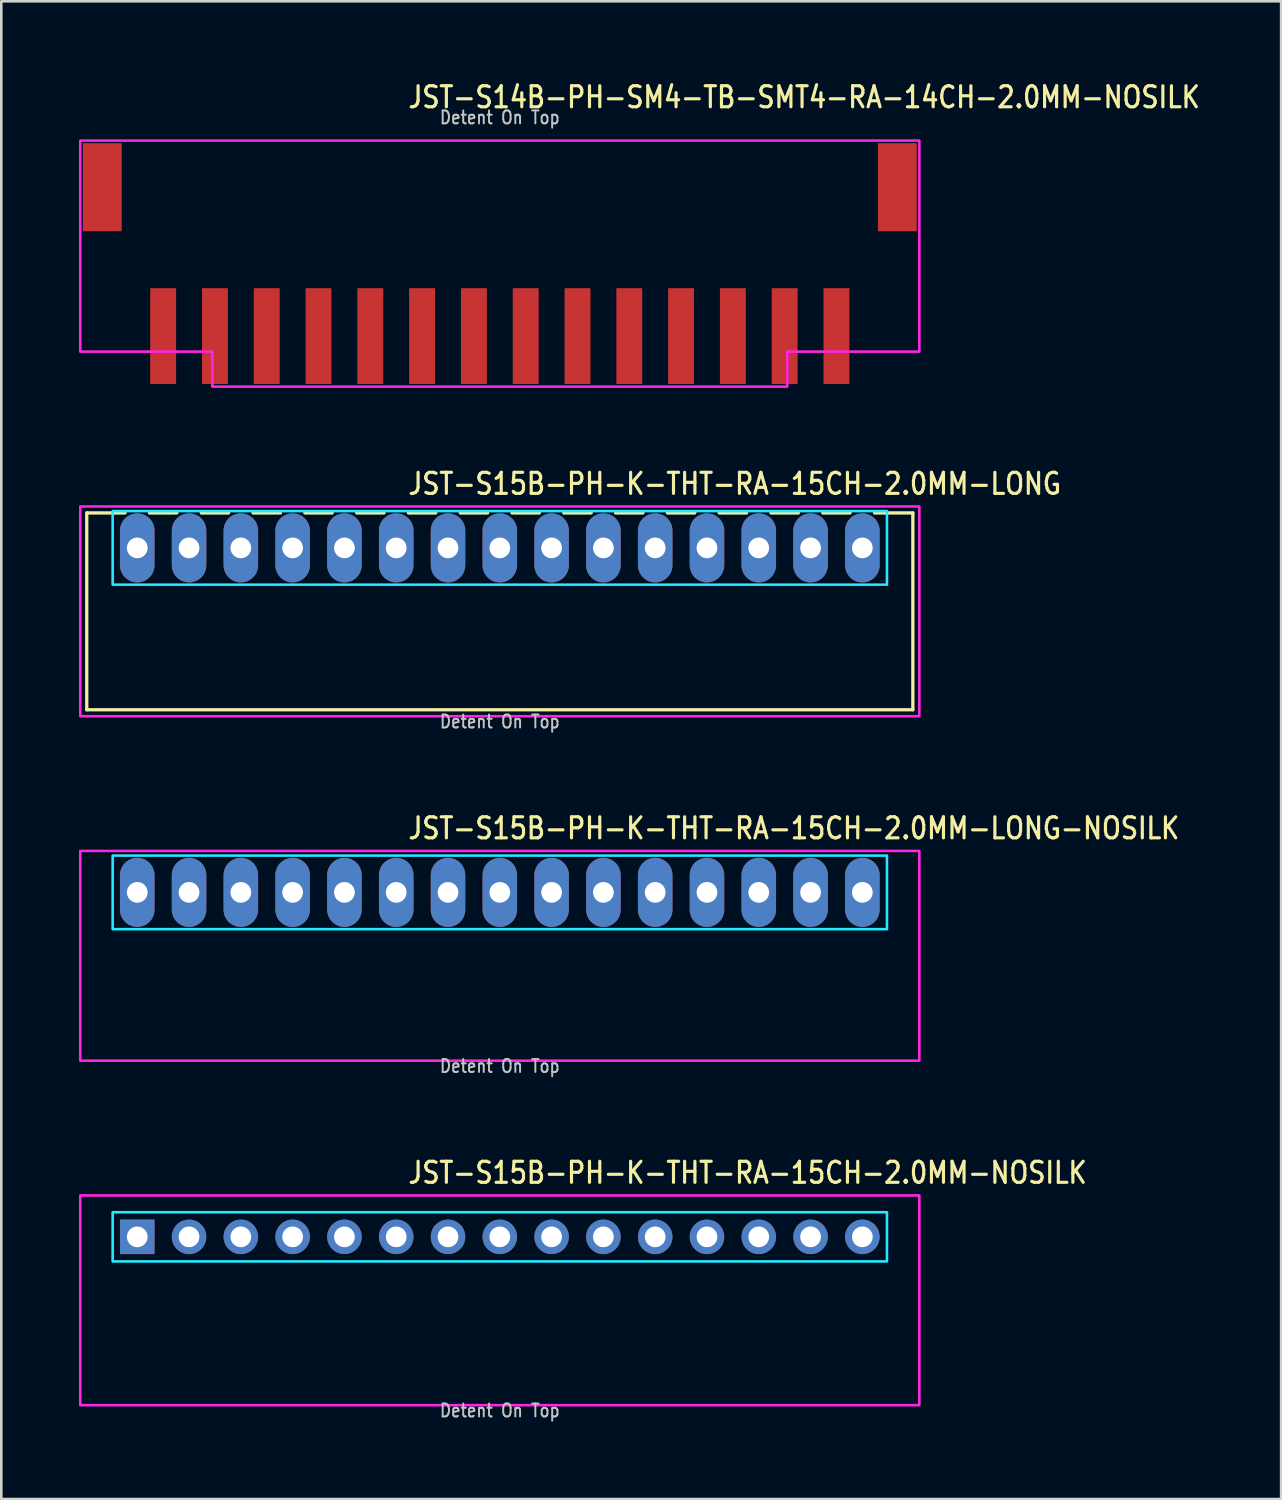
<source format=kicad_pcb>
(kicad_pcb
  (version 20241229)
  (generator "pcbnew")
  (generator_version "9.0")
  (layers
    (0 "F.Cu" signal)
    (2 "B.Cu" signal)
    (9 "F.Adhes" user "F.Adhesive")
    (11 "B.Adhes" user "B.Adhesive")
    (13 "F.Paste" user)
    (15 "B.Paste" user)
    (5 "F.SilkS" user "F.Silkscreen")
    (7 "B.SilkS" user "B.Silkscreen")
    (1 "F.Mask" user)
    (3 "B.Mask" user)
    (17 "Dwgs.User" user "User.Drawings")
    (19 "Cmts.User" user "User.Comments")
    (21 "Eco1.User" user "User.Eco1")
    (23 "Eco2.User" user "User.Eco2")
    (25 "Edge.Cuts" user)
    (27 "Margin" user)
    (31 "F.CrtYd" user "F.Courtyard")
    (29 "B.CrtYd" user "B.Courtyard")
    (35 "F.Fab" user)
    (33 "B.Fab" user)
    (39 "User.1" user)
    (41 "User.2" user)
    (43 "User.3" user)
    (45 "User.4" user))
  (footprint "JST-S15B-PH-K-THT-RA-15CH-2.0MM-NOSILK"
    (layer "F.Cu")
    (at 16.25 44.711)
    (property "Reference" "JST-S15B-PH-K-THT-RA-15CH-2.0MM-NOSILK" (at -3.6 -2 0) (unlocked yes) (layer "F.SilkS") (effects (font (size 0.813 0.695) (thickness 0.122)) (justify left bottom)))
    (fp_poly (pts (xy -14.95 -0.95) (xy -14.95 0.95) (xy 14.95 0.95) (xy 14.95 -0.95)) (stroke (width 0.1) (type solid)) (fill no) (layer "B.CrtYd"))
    (fp_poly (pts (xy -16.2 -1.6) (xy -16.2 6.5) (xy 16.2 6.5) (xy 16.2 -1.6)) (stroke (width 0.1) (type solid)) (fill no) (layer "F.CrtYd"))
    (fp_text user "Detent On Top" (at 0 7 0) (unlocked yes) (layer "Dwgs.User") (effects (font (size 0.5 0.427) (thickness 0.075)) (justify bottom)))
    (pad "1" thru_hole rect (at -14 0) (size 1.333 1.333) (drill 0.8) (layers "*.Cu" "*.Mask"))
    (pad "2" thru_hole oval (at -12 0) (size 1.333 1.333) (drill 0.8) (layers "*.Cu" "*.Mask"))
    (pad "3" thru_hole oval (at -10 0) (size 1.333 1.333) (drill 0.8) (layers "*.Cu" "*.Mask"))
    (pad "4" thru_hole oval (at -8 0) (size 1.333 1.333) (drill 0.8) (layers "*.Cu" "*.Mask"))
    (pad "5" thru_hole oval (at -6 0) (size 1.333 1.333) (drill 0.8) (layers "*.Cu" "*.Mask"))
    (pad "6" thru_hole oval (at -4 0) (size 1.333 1.333) (drill 0.8) (layers "*.Cu" "*.Mask"))
    (pad "7" thru_hole oval (at -2 0) (size 1.333 1.333) (drill 0.8) (layers "*.Cu" "*.Mask"))
    (pad "8" thru_hole oval (at 0 0) (size 1.333 1.333) (drill 0.8) (layers "*.Cu" "*.Mask"))
    (pad "9" thru_hole oval (at 2 0) (size 1.333 1.333) (drill 0.8) (layers "*.Cu" "*.Mask"))
    (pad "10" thru_hole oval (at 4 0) (size 1.333 1.333) (drill 0.8) (layers "*.Cu" "*.Mask"))
    (pad "11" thru_hole oval (at 6 0) (size 1.333 1.333) (drill 0.8) (layers "*.Cu" "*.Mask"))
    (pad "12" thru_hole oval (at 8 0) (size 1.333 1.333) (drill 0.8) (layers "*.Cu" "*.Mask"))
    (pad "13" thru_hole oval (at 10 0) (size 1.333 1.333) (drill 0.8) (layers "*.Cu" "*.Mask"))
    (pad "14" thru_hole oval (at 12 0) (size 1.333 1.333) (drill 0.8) (layers "*.Cu" "*.Mask"))
    (pad "15" thru_hole oval (at 14 0) (size 1.333 1.333) (drill 0.8) (layers "*.Cu" "*.Mask")))
  (footprint "JST-S15B-PH-K-THT-RA-15CH-2.0MM-LONG"
    (layer "F.Cu")
    (at 16.25 18.107)
    (property "Reference" "JST-S15B-PH-K-THT-RA-15CH-2.0MM-LONG" (at -3.6 -2 0) (unlocked yes) (layer "F.SilkS") (effects (font (size 0.813 0.695) (thickness 0.122)) (justify left bottom)))
    (fp_line (start -15.95 -1.35) (end -14.471 -1.35) (stroke (width 0.127) (type solid)) (layer "F.SilkS"))
    (fp_line (start -15.95 6.25) (end -15.95 -1.35) (stroke (width 0.127) (type solid)) (layer "F.SilkS"))
    (fp_line (start -15.95 6.25) (end 15.95 6.25) (stroke (width 0.127) (type solid)) (layer "F.SilkS"))
    (fp_line (start -13.529 -1.35) (end -12.471 -1.35) (stroke (width 0.127) (type solid)) (layer "F.SilkS"))
    (fp_line (start -11.529 -1.35) (end -10.471 -1.35) (stroke (width 0.127) (type solid)) (layer "F.SilkS"))
    (fp_line (start -9.529 -1.35) (end -8.471 -1.35) (stroke (width 0.127) (type solid)) (layer "F.SilkS"))
    (fp_line (start -7.529 -1.35) (end -6.471 -1.35) (stroke (width 0.127) (type solid)) (layer "F.SilkS"))
    (fp_line (start -5.529 -1.35) (end -4.471 -1.35) (stroke (width 0.127) (type solid)) (layer "F.SilkS"))
    (fp_line (start -3.529 -1.35) (end -2.471 -1.35) (stroke (width 0.127) (type solid)) (layer "F.SilkS"))
    (fp_line (start -1.529 -1.35) (end -0.471 -1.35) (stroke (width 0.127) (type solid)) (layer "F.SilkS"))
    (fp_line (start 0.471 -1.35) (end 1.529 -1.35) (stroke (width 0.127) (type solid)) (layer "F.SilkS"))
    (fp_line (start 2.471 -1.35) (end 3.529 -1.35) (stroke (width 0.127) (type solid)) (layer "F.SilkS"))
    (fp_line (start 4.471 -1.35) (end 5.529 -1.35) (stroke (width 0.127) (type solid)) (layer "F.SilkS"))
    (fp_line (start 6.471 -1.35) (end 7.529 -1.35) (stroke (width 0.127) (type solid)) (layer "F.SilkS"))
    (fp_line (start 8.471 -1.35) (end 9.529 -1.35) (stroke (width 0.127) (type solid)) (layer "F.SilkS"))
    (fp_line (start 10.471 -1.35) (end 11.529 -1.35) (stroke (width 0.127) (type solid)) (layer "F.SilkS"))
    (fp_line (start 12.471 -1.35) (end 13.529 -1.35) (stroke (width 0.127) (type solid)) (layer "F.SilkS"))
    (fp_line (start 14.471 -1.35) (end 15.95 -1.35) (stroke (width 0.127) (type solid)) (layer "F.SilkS"))
    (fp_line (start 15.95 -1.35) (end 15.95 6.25) (stroke (width 0.127) (type solid)) (layer "F.SilkS"))
    (fp_poly (pts (xy -14.95 -1.42) (xy -14.95 1.42) (xy 14.95 1.42) (xy 14.95 -1.42)) (stroke (width 0.1) (type solid)) (fill no) (layer "B.CrtYd"))
    (fp_poly (pts (xy -16.2 -1.6) (xy -16.2 6.5) (xy 16.2 6.5) (xy 16.2 -1.6)) (stroke (width 0.1) (type solid)) (fill no) (layer "F.CrtYd"))
    (fp_text user "Detent On Top" (at 0 7 0) (unlocked yes) (layer "Dwgs.User") (effects (font (size 0.5 0.427) (thickness 0.075)) (justify bottom)))
    (pad "1" thru_hole oval (at -14 0 90) (size 2.667 1.333) (drill 0.8) (layers "*.Cu" "*.Mask"))
    (pad "2" thru_hole oval (at -12 0 90) (size 2.667 1.333) (drill 0.8) (layers "*.Cu" "*.Mask"))
    (pad "3" thru_hole oval (at -10 0 90) (size 2.667 1.333) (drill 0.8) (layers "*.Cu" "*.Mask"))
    (pad "4" thru_hole oval (at -8 0 90) (size 2.667 1.333) (drill 0.8) (layers "*.Cu" "*.Mask"))
    (pad "5" thru_hole oval (at -6 0 90) (size 2.667 1.333) (drill 0.8) (layers "*.Cu" "*.Mask"))
    (pad "6" thru_hole oval (at -4 0 90) (size 2.667 1.333) (drill 0.8) (layers "*.Cu" "*.Mask"))
    (pad "7" thru_hole oval (at -2 0 90) (size 2.667 1.333) (drill 0.8) (layers "*.Cu" "*.Mask"))
    (pad "8" thru_hole oval (at 0 0 90) (size 2.667 1.333) (drill 0.8) (layers "*.Cu" "*.Mask"))
    (pad "9" thru_hole oval (at 2 0 90) (size 2.667 1.333) (drill 0.8) (layers "*.Cu" "*.Mask"))
    (pad "10" thru_hole oval (at 4 0 90) (size 2.667 1.333) (drill 0.8) (layers "*.Cu" "*.Mask"))
    (pad "11" thru_hole oval (at 6 0 90) (size 2.667 1.333) (drill 0.8) (layers "*.Cu" "*.Mask"))
    (pad "12" thru_hole oval (at 8 0 90) (size 2.667 1.333) (drill 0.8) (layers "*.Cu" "*.Mask"))
    (pad "13" thru_hole oval (at 10 0 90) (size 2.667 1.333) (drill 0.8) (layers "*.Cu" "*.Mask"))
    (pad "14" thru_hole oval (at 12 0 90) (size 2.667 1.333) (drill 0.8) (layers "*.Cu" "*.Mask"))
    (pad "15" thru_hole oval (at 14 0 90) (size 2.667 1.333) (drill 0.8) (layers "*.Cu" "*.Mask")))
  (footprint "JST-S14B-PH-SM4-TB-SMT4-RA-14CH-2.0MM-NOSILK"
    (layer "F.Cu")
    (at 16.25 4.179)
    (property "Reference" "JST-S14B-PH-SM4-TB-SMT4-RA-14CH-2.0MM-NOSILK" (at -3.6 -3 0) (unlocked yes) (layer "F.SilkS") (effects (font (size 0.813 0.695) (thickness 0.122)) (justify left bottom)))
    (fp_poly (pts (xy -16.2 -1.8) (xy -16.2 6.35) (xy -11.1 6.35) (xy -11.1 7.7) (xy 11.1 7.7) (xy 11.1 6.35) (xy 16.2 6.35) (xy 16.2 -1.8)) (stroke (width 0.1) (type solid)) (fill no) (layer "F.CrtYd"))
    (fp_text user "Detent On Top" (at 0 -2.4 0) (unlocked yes) (layer "Dwgs.User") (effects (font (size 0.5 0.427) (thickness 0.075)) (justify bottom)))
    (pad "1" smd rect (at 13 5.75) (size 1 3.7) (layers "F.Cu" "F.Mask" "F.Paste"))
    (pad "2" smd rect (at 11 5.75) (size 1 3.7) (layers "F.Cu" "F.Mask" "F.Paste"))
    (pad "3" smd rect (at 9 5.75) (size 1 3.7) (layers "F.Cu" "F.Mask" "F.Paste"))
    (pad "4" smd rect (at 7 5.75) (size 1 3.7) (layers "F.Cu" "F.Mask" "F.Paste"))
    (pad "5" smd rect (at 5 5.75) (size 1 3.7) (layers "F.Cu" "F.Mask" "F.Paste"))
    (pad "6" smd rect (at 3 5.75) (size 1 3.7) (layers "F.Cu" "F.Mask" "F.Paste"))
    (pad "7" smd rect (at 1 5.75) (size 1 3.7) (layers "F.Cu" "F.Mask" "F.Paste"))
    (pad "8" smd rect (at -1 5.75) (size 1 3.7) (layers "F.Cu" "F.Mask" "F.Paste"))
    (pad "9" smd rect (at -3 5.75) (size 1 3.7) (layers "F.Cu" "F.Mask" "F.Paste"))
    (pad "10" smd rect (at -5 5.75) (size 1 3.7) (layers "F.Cu" "F.Mask" "F.Paste"))
    (pad "11" smd rect (at -7 5.75) (size 1 3.7) (layers "F.Cu" "F.Mask" "F.Paste"))
    (pad "12" smd rect (at -9 5.75) (size 1 3.7) (layers "F.Cu" "F.Mask" "F.Paste"))
    (pad "13" smd rect (at -11 5.75) (size 1 3.7) (layers "F.Cu" "F.Mask" "F.Paste"))
    (pad "14" smd rect (at -13 5.75) (size 1 3.7) (layers "F.Cu" "F.Mask" "F.Paste"))
    (pad "S_1" smd rect (at -15.35 0) (size 1.5 3.4) (layers "F.Cu" "F.Mask" "F.Paste"))
    (pad "S_2" smd rect (at 15.35 0) (size 1.5 3.4) (layers "F.Cu" "F.Mask" "F.Paste")))
  (footprint "JST-S15B-PH-K-THT-RA-15CH-2.0MM-LONG-NOSILK"
    (layer "F.Cu")
    (at 16.25 31.409)
    (property "Reference" "JST-S15B-PH-K-THT-RA-15CH-2.0MM-LONG-NOSILK" (at -3.6 -2 0) (unlocked yes) (layer "F.SilkS") (effects (font (size 0.813 0.695) (thickness 0.122)) (justify left bottom)))
    (fp_poly (pts (xy -14.95 -1.42) (xy -14.95 1.42) (xy 14.95 1.42) (xy 14.95 -1.42)) (stroke (width 0.1) (type solid)) (fill no) (layer "B.CrtYd"))
    (fp_poly (pts (xy -16.2 -1.6) (xy -16.2 6.5) (xy 16.2 6.5) (xy 16.2 -1.6)) (stroke (width 0.1) (type solid)) (fill no) (layer "F.CrtYd"))
    (fp_text user "Detent On Top" (at 0 7 0) (unlocked yes) (layer "Dwgs.User") (effects (font (size 0.5 0.427) (thickness 0.075)) (justify bottom)))
    (pad "1" thru_hole oval (at -14 0 90) (size 2.667 1.333) (drill 0.8) (layers "*.Cu" "*.Mask"))
    (pad "2" thru_hole oval (at -12 0 90) (size 2.667 1.333) (drill 0.8) (layers "*.Cu" "*.Mask"))
    (pad "3" thru_hole oval (at -10 0 90) (size 2.667 1.333) (drill 0.8) (layers "*.Cu" "*.Mask"))
    (pad "4" thru_hole oval (at -8 0 90) (size 2.667 1.333) (drill 0.8) (layers "*.Cu" "*.Mask"))
    (pad "5" thru_hole oval (at -6 0 90) (size 2.667 1.333) (drill 0.8) (layers "*.Cu" "*.Mask"))
    (pad "6" thru_hole oval (at -4 0 90) (size 2.667 1.333) (drill 0.8) (layers "*.Cu" "*.Mask"))
    (pad "7" thru_hole oval (at -2 0 90) (size 2.667 1.333) (drill 0.8) (layers "*.Cu" "*.Mask"))
    (pad "8" thru_hole oval (at 0 0 90) (size 2.667 1.333) (drill 0.8) (layers "*.Cu" "*.Mask"))
    (pad "9" thru_hole oval (at 2 0 90) (size 2.667 1.333) (drill 0.8) (layers "*.Cu" "*.Mask"))
    (pad "10" thru_hole oval (at 4 0 90) (size 2.667 1.333) (drill 0.8) (layers "*.Cu" "*.Mask"))
    (pad "11" thru_hole oval (at 6 0 90) (size 2.667 1.333) (drill 0.8) (layers "*.Cu" "*.Mask"))
    (pad "12" thru_hole oval (at 8 0 90) (size 2.667 1.333) (drill 0.8) (layers "*.Cu" "*.Mask"))
    (pad "13" thru_hole oval (at 10 0 90) (size 2.667 1.333) (drill 0.8) (layers "*.Cu" "*.Mask"))
    (pad "14" thru_hole oval (at 12 0 90) (size 2.667 1.333) (drill 0.8) (layers "*.Cu" "*.Mask"))
    (pad "15" thru_hole oval (at 14 0 90) (size 2.667 1.333) (drill 0.8) (layers "*.Cu" "*.Mask")))
  (gr_rect
    (start -3 -3)
    (end 46.421 54.834)
    (stroke (width 0.1) (type default))
    (fill no)
    (layer "Edge.Cuts")))
</source>
